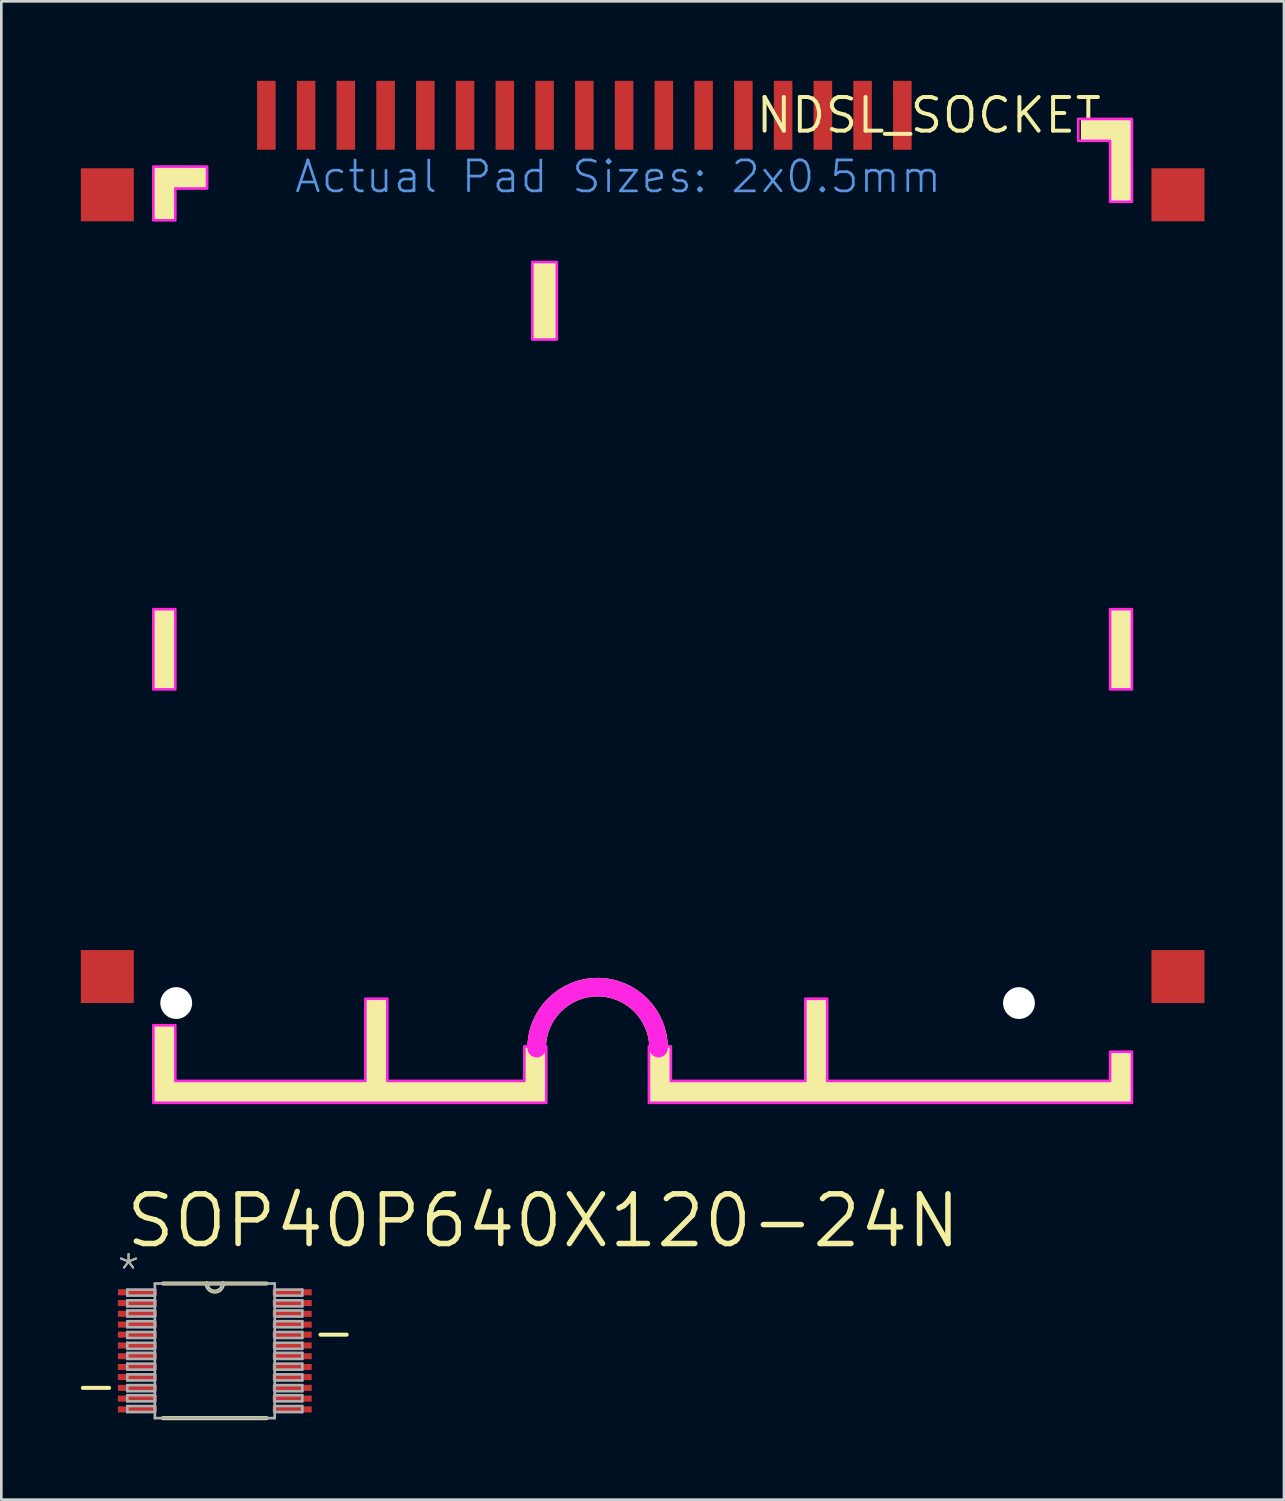
<source format=kicad_pcb>
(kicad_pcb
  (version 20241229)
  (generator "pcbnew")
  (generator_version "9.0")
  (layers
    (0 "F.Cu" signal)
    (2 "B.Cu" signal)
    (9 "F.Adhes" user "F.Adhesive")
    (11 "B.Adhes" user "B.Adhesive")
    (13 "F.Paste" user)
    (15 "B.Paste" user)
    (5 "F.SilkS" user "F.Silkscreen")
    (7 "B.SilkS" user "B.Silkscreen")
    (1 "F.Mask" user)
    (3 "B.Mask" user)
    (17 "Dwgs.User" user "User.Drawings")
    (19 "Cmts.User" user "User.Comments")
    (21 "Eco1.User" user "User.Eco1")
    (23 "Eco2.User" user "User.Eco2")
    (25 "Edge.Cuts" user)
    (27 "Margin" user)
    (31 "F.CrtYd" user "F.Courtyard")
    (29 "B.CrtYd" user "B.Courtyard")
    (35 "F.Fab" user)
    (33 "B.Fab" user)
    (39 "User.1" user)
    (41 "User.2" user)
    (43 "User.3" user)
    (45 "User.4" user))
  (footprint "NDSL_SOCKET"
    (layer "F.Cu")
    (at 32 1.3)
    (property "Reference" "NDSL_SOCKET" (at 0 0 0) (layer "F.SilkS") (effects (font (size 1.27 1.27) (thickness 0.15))))
    (fp_arc (start -14.8 35.2) (mid -12.5 32.9) (end -10.2 35.2) (stroke (width 0.7) (type solid)) (layer "F.SilkS"))
    (fp_poly (pts (xy -28.436 21.663) (xy -29.264 21.663) (xy -29.264 18.637) (xy -28.436 18.637)) (stroke (width 0) (type default)) (fill yes) (layer "F.SilkS"))
    (fp_poly (pts (xy -28.436 37.264) (xy -29.264 37.264) (xy -29.264 34.337) (xy -28.436 34.337)) (stroke (width 0) (type default)) (fill yes) (layer "F.SilkS"))
    (fp_poly (pts (xy -20.436 36.563) (xy -21.264 36.563) (xy -21.264 33.337) (xy -20.436 33.337)) (stroke (width 0) (type default)) (fill yes) (layer "F.SilkS"))
    (fp_poly (pts (xy -14.437 36.563) (xy -15.264 36.563) (xy -15.264 35.136) (xy -14.437 35.136)) (stroke (width 0) (type default)) (fill yes) (layer "F.SilkS"))
    (fp_poly (pts (xy -14.437 37.264) (xy -28.564 37.264) (xy -28.564 36.437) (xy -14.437 36.437)) (stroke (width 0) (type default)) (fill yes) (layer "F.SilkS"))
    (fp_poly (pts (xy -14.037 8.463) (xy -14.963 8.463) (xy -14.963 5.537) (xy -14.037 5.537)) (stroke (width 0) (type default)) (fill yes) (layer "F.SilkS"))
    (fp_poly (pts (xy -9.736 36.563) (xy -10.563 36.563) (xy -10.563 35.136) (xy -9.736 35.136)) (stroke (width 0) (type default)) (fill yes) (layer "F.SilkS"))
    (fp_poly (pts (xy -3.837 36.563) (xy -4.663 36.563) (xy -4.663 33.337) (xy -3.837 33.337)) (stroke (width 0) (type default)) (fill yes) (layer "F.SilkS"))
    (fp_poly (pts (xy 7.663 21.663) (xy 6.837 21.663) (xy 6.837 18.637) (xy 7.663 18.637)) (stroke (width 0) (type default)) (fill yes) (layer "F.SilkS"))
    (fp_poly (pts (xy -27.236 2.764) (xy -28.436 2.764) (xy -28.436 3.963) (xy -29.264 3.963) (xy -29.264 1.937) (xy -27.236 1.937)) (stroke (width 0) (type default)) (fill yes) (layer "F.SilkS"))
    (fp_poly (pts (xy 7.663 3.264) (xy 6.837 3.264) (xy 6.837 0.964) (xy 5.737 0.964) (xy 5.737 0.137) (xy 7.663 0.137)) (stroke (width 0) (type default)) (fill yes) (layer "F.SilkS"))
    (fp_poly (pts (xy 7.663 37.264) (xy -10.563 37.264) (xy -10.563 36.437) (xy 6.837 36.437) (xy 6.837 35.337) (xy 7.663 35.337)) (stroke (width 0) (type default)) (fill yes) (layer "F.SilkS"))
    (fp_arc (start -14.8 35.2) (mid -12.5 32.9) (end -10.2 35.2) (stroke (width 0.7) (type solid)) (layer "F.CrtYd"))
    (fp_poly (pts (xy -28.436 21.663) (xy -29.264 21.663) (xy -29.264 18.637) (xy -28.436 18.637)) (stroke (width 0.1) (type default)) (fill no) (layer "F.CrtYd"))
    (fp_poly (pts (xy -14.037 8.463) (xy -14.963 8.463) (xy -14.963 5.537) (xy -14.037 5.537)) (stroke (width 0.1) (type default)) (fill no) (layer "F.CrtYd"))
    (fp_poly (pts (xy 7.663 21.663) (xy 6.837 21.663) (xy 6.837 18.637) (xy 7.663 18.637)) (stroke (width 0.1) (type default)) (fill no) (layer "F.CrtYd"))
    (fp_poly (pts (xy -27.236 2.764) (xy -28.436 2.764) (xy -28.436 3.963) (xy -29.264 3.963) (xy -29.264 1.937) (xy -27.236 1.937)) (stroke (width 0.1) (type default)) (fill no) (layer "F.CrtYd"))
    (fp_poly (pts (xy 7.663 3.264) (xy 6.837 3.264) (xy 6.837 0.964) (xy 5.636 0.964) (xy 5.636 0.137) (xy 7.663 0.137)) (stroke (width 0.1) (type default)) (fill no) (layer "F.CrtYd"))
    (fp_poly (pts (xy -20.436 36.437) (xy -15.264 36.437) (xy -15.264 35.136) (xy -14.437 35.136) (xy -14.437 37.264) (xy -29.264 37.264) (xy -29.264 34.337) (xy -28.436 34.337) (xy -28.436 36.437) (xy -21.264 36.437) (xy -21.264 33.337) (xy -20.436 33.337)) (stroke (width 0.1) (type default)) (fill no) (layer "F.CrtYd"))
    (fp_poly (pts (xy -3.837 36.437) (xy 6.837 36.437) (xy 6.837 35.337) (xy 7.663 35.337) (xy 7.663 37.264) (xy -10.563 37.264) (xy -10.563 35.136) (xy -9.736 35.136) (xy -9.736 36.437) (xy -4.663 36.437) (xy -4.663 33.337) (xy -3.837 33.337)) (stroke (width 0.1) (type default)) (fill no) (layer "F.CrtYd"))
    (fp_text user "Actual Pad Sizes: 2x0.5mm" (at -24 3 0) (layer "Cmts.User") (effects (font (size 1.168 1.168) (thickness 0.102)) (justify left bottom)))
    (pad "" np_thru_hole circle (at -28.4 33.5) (size 1.2 1.2) (drill 1.2) (layers "*.Cu" "*.Mask"))
    (pad "" np_thru_hole circle (at 3.4 33.5) (size 1.2 1.2) (drill 1.2) (layers "*.Cu" "*.Mask"))
    (pad "CLK" smd rect (at -23.5 0 90) (size 2.6 0.7) (layers "F.Cu" "F.Mask" "F.Paste"))
    (pad "D0" smd rect (at -13 0 90) (size 2.6 0.7) (layers "F.Cu" "F.Mask" "F.Paste"))
    (pad "D1" smd rect (at -11.5 0 90) (size 2.6 0.7) (layers "F.Cu" "F.Mask" "F.Paste"))
    (pad "D2" smd rect (at -10 0 90) (size 2.6 0.7) (layers "F.Cu" "F.Mask" "F.Paste"))
    (pad "D3" smd rect (at -8.5 0 90) (size 2.6 0.7) (layers "F.Cu" "F.Mask" "F.Paste"))
    (pad "D4" smd rect (at -7 0 90) (size 2.6 0.7) (layers "F.Cu" "F.Mask" "F.Paste"))
    (pad "D5" smd rect (at -5.5 0 90) (size 2.6 0.7) (layers "F.Cu" "F.Mask" "F.Paste"))
    (pad "D6" smd rect (at -4 0 90) (size 2.6 0.7) (layers "F.Cu" "F.Mask" "F.Paste"))
    (pad "D7" smd rect (at -2.5 0 90) (size 2.6 0.7) (layers "F.Cu" "F.Mask" "F.Paste"))
    (pad "GND0" smd rect (at -25 0 90) (size 2.6 0.7) (layers "F.Cu" "F.Mask" "F.Paste"))
    (pad "GND1" smd rect (at -1 0 90) (size 2.6 0.7) (layers "F.Cu" "F.Mask" "F.Paste"))
    (pad "IRQ" smd rect (at -16 0 90) (size 2.6 0.7) (layers "F.Cu" "F.Mask" "F.Paste"))
    (pad "NC" smd rect (at -22 0 90) (size 2.6 0.7) (layers "F.Cu" "F.Mask" "F.Paste"))
    (pad "SLD0" smd rect (at -31 3 180) (size 2 2) (layers "F.Cu" "F.Mask" "F.Paste"))
    (pad "SLD1" smd rect (at 9.4 3 180) (size 2 2) (layers "F.Cu" "F.Mask" "F.Paste"))
    (pad "SLD2" smd rect (at -31 32.5 180) (size 2 2) (layers "F.Cu" "F.Mask" "F.Paste"))
    (pad "SLD3" smd rect (at 9.4 32.5 180) (size 2 2) (layers "F.Cu" "F.Mask" "F.Paste"))
    (pad "VCC" smd rect (at -14.5 0 90) (size 2.6 0.7) (layers "F.Cu" "F.Mask" "F.Paste"))
    (pad "~EEPROMCS" smd rect (at -17.5 0 90) (size 2.6 0.7) (layers "F.Cu" "F.Mask" "F.Paste"))
    (pad "~RESET" smd rect (at -19 0 90) (size 2.6 0.7) (layers "F.Cu" "F.Mask" "F.Paste"))
    (pad "~ROMCS" smd rect (at -20.5 0 90) (size 2.6 0.7) (layers "F.Cu" "F.Mask" "F.Paste")))
  (footprint "SOP40P640X120-24N"
    (layer "F.Cu")
    (at 5.055 47.923)
    (property "Reference" "SOP40P640X120-24N" (at -3.454 -3.81 0) (layer "F.SilkS") (effects (font (size 1.875 1.875) (thickness 0.208)) (justify left bottom)))
    (fp_line (start -4.978 1.397) (end -3.988 1.397) (stroke (width 0.152) (type solid)) (layer "F.SilkS"))
    (fp_line (start -1.956 2.54) (end 1.956 2.54) (stroke (width 0.152) (type solid)) (layer "F.SilkS"))
    (fp_line (start -0.305 -2.54) (end -1.956 -2.54) (stroke (width 0.152) (type solid)) (layer "F.SilkS"))
    (fp_line (start 0.305 -2.54) (end -0.305 -2.54) (stroke (width 0.152) (type solid)) (layer "F.SilkS"))
    (fp_line (start 1.956 -2.54) (end 0.305 -2.54) (stroke (width 0.152) (type solid)) (layer "F.SilkS"))
    (fp_line (start 3.988 -0.61) (end 4.978 -0.61) (stroke (width 0.152) (type solid)) (layer "F.SilkS"))
    (fp_arc (start 0.3048 -2.54) (mid 0 -2.2352) (end -0.3048 -2.54) (stroke (width 0.1524) (type solid)) (layer "F.SilkS"))
    (fp_line (start -3.302 -2.311) (end -3.302 -2.083) (stroke (width 0.1) (type solid)) (layer "F.Fab"))
    (fp_line (start -3.302 -2.083) (end -2.261 -2.083) (stroke (width 0.1) (type solid)) (layer "F.Fab"))
    (fp_line (start -3.302 -1.905) (end -3.302 -1.676) (stroke (width 0.1) (type solid)) (layer "F.Fab"))
    (fp_line (start -3.302 -1.676) (end -2.261 -1.676) (stroke (width 0.1) (type solid)) (layer "F.Fab"))
    (fp_line (start -3.302 -1.524) (end -3.302 -1.295) (stroke (width 0.1) (type solid)) (layer "F.Fab"))
    (fp_line (start -3.302 -1.295) (end -2.261 -1.295) (stroke (width 0.1) (type solid)) (layer "F.Fab"))
    (fp_line (start -3.302 -1.118) (end -3.302 -0.889) (stroke (width 0.1) (type solid)) (layer "F.Fab"))
    (fp_line (start -3.302 -0.889) (end -2.261 -0.889) (stroke (width 0.1) (type solid)) (layer "F.Fab"))
    (fp_line (start -3.302 -0.711) (end -3.302 -0.483) (stroke (width 0.1) (type solid)) (layer "F.Fab"))
    (fp_line (start -3.302 -0.483) (end -2.261 -0.483) (stroke (width 0.1) (type solid)) (layer "F.Fab"))
    (fp_line (start -3.302 -0.305) (end -3.302 -0.076) (stroke (width 0.1) (type solid)) (layer "F.Fab"))
    (fp_line (start -3.302 -0.076) (end -2.261 -0.076) (stroke (width 0.1) (type solid)) (layer "F.Fab"))
    (fp_line (start -3.302 0.076) (end -3.302 0.305) (stroke (width 0.1) (type solid)) (layer "F.Fab"))
    (fp_line (start -3.302 0.305) (end -2.261 0.305) (stroke (width 0.1) (type solid)) (layer "F.Fab"))
    (fp_line (start -3.302 0.483) (end -3.302 0.711) (stroke (width 0.1) (type solid)) (layer "F.Fab"))
    (fp_line (start -3.302 0.711) (end -2.261 0.711) (stroke (width 0.1) (type solid)) (layer "F.Fab"))
    (fp_line (start -3.302 0.889) (end -3.302 1.118) (stroke (width 0.1) (type solid)) (layer "F.Fab"))
    (fp_line (start -3.302 1.118) (end -2.261 1.118) (stroke (width 0.1) (type solid)) (layer "F.Fab"))
    (fp_line (start -3.302 1.295) (end -3.302 1.524) (stroke (width 0.1) (type solid)) (layer "F.Fab"))
    (fp_line (start -3.302 1.524) (end -2.261 1.524) (stroke (width 0.1) (type solid)) (layer "F.Fab"))
    (fp_line (start -3.302 1.676) (end -3.302 1.905) (stroke (width 0.1) (type solid)) (layer "F.Fab"))
    (fp_line (start -3.302 1.905) (end -2.261 1.905) (stroke (width 0.1) (type solid)) (layer "F.Fab"))
    (fp_line (start -3.302 2.083) (end -3.302 2.311) (stroke (width 0.1) (type solid)) (layer "F.Fab"))
    (fp_line (start -3.302 2.311) (end -2.261 2.311) (stroke (width 0.1) (type solid)) (layer "F.Fab"))
    (fp_line (start -2.261 -2.54) (end -2.261 2.54) (stroke (width 0.1) (type solid)) (layer "F.Fab"))
    (fp_line (start -2.261 -2.311) (end -3.302 -2.311) (stroke (width 0.1) (type solid)) (layer "F.Fab"))
    (fp_line (start -2.261 -2.083) (end -2.261 -2.311) (stroke (width 0.1) (type solid)) (layer "F.Fab"))
    (fp_line (start -2.261 -1.905) (end -3.302 -1.905) (stroke (width 0.1) (type solid)) (layer "F.Fab"))
    (fp_line (start -2.261 -1.676) (end -2.261 -1.905) (stroke (width 0.1) (type solid)) (layer "F.Fab"))
    (fp_line (start -2.261 -1.524) (end -3.302 -1.524) (stroke (width 0.1) (type solid)) (layer "F.Fab"))
    (fp_line (start -2.261 -1.295) (end -2.261 -1.524) (stroke (width 0.1) (type solid)) (layer "F.Fab"))
    (fp_line (start -2.261 -1.118) (end -3.302 -1.118) (stroke (width 0.1) (type solid)) (layer "F.Fab"))
    (fp_line (start -2.261 -0.889) (end -2.261 -1.118) (stroke (width 0.1) (type solid)) (layer "F.Fab"))
    (fp_line (start -2.261 -0.711) (end -3.302 -0.711) (stroke (width 0.1) (type solid)) (layer "F.Fab"))
    (fp_line (start -2.261 -0.483) (end -2.261 -0.711) (stroke (width 0.1) (type solid)) (layer "F.Fab"))
    (fp_line (start -2.261 -0.305) (end -3.302 -0.305) (stroke (width 0.1) (type solid)) (layer "F.Fab"))
    (fp_line (start -2.261 -0.076) (end -2.261 -0.305) (stroke (width 0.1) (type solid)) (layer "F.Fab"))
    (fp_line (start -2.261 0.076) (end -3.302 0.076) (stroke (width 0.1) (type solid)) (layer "F.Fab"))
    (fp_line (start -2.261 0.305) (end -2.261 0.076) (stroke (width 0.1) (type solid)) (layer "F.Fab"))
    (fp_line (start -2.261 0.483) (end -3.302 0.483) (stroke (width 0.1) (type solid)) (layer "F.Fab"))
    (fp_line (start -2.261 0.711) (end -2.261 0.483) (stroke (width 0.1) (type solid)) (layer "F.Fab"))
    (fp_line (start -2.261 0.889) (end -3.302 0.889) (stroke (width 0.1) (type solid)) (layer "F.Fab"))
    (fp_line (start -2.261 1.118) (end -2.261 0.889) (stroke (width 0.1) (type solid)) (layer "F.Fab"))
    (fp_line (start -2.261 1.295) (end -3.302 1.295) (stroke (width 0.1) (type solid)) (layer "F.Fab"))
    (fp_line (start -2.261 1.524) (end -2.261 1.295) (stroke (width 0.1) (type solid)) (layer "F.Fab"))
    (fp_line (start -2.261 1.676) (end -3.302 1.676) (stroke (width 0.1) (type solid)) (layer "F.Fab"))
    (fp_line (start -2.261 1.905) (end -2.261 1.676) (stroke (width 0.1) (type solid)) (layer "F.Fab"))
    (fp_line (start -2.261 2.083) (end -3.302 2.083) (stroke (width 0.1) (type solid)) (layer "F.Fab"))
    (fp_line (start -2.261 2.311) (end -2.261 2.083) (stroke (width 0.1) (type solid)) (layer "F.Fab"))
    (fp_line (start -2.261 2.54) (end 2.261 2.54) (stroke (width 0.1) (type solid)) (layer "F.Fab"))
    (fp_line (start -0.305 -2.54) (end -2.261 -2.54) (stroke (width 0.1) (type solid)) (layer "F.Fab"))
    (fp_line (start 0.305 -2.54) (end -0.305 -2.54) (stroke (width 0.1) (type solid)) (layer "F.Fab"))
    (fp_line (start 2.261 -2.54) (end 0.305 -2.54) (stroke (width 0.1) (type solid)) (layer "F.Fab"))
    (fp_line (start 2.261 -2.311) (end 2.261 -2.083) (stroke (width 0.1) (type solid)) (layer "F.Fab"))
    (fp_line (start 2.261 -2.083) (end 3.302 -2.083) (stroke (width 0.1) (type solid)) (layer "F.Fab"))
    (fp_line (start 2.261 -1.905) (end 2.261 -1.676) (stroke (width 0.1) (type solid)) (layer "F.Fab"))
    (fp_line (start 2.261 -1.676) (end 3.302 -1.676) (stroke (width 0.1) (type solid)) (layer "F.Fab"))
    (fp_line (start 2.261 -1.524) (end 2.261 -1.295) (stroke (width 0.1) (type solid)) (layer "F.Fab"))
    (fp_line (start 2.261 -1.295) (end 3.302 -1.295) (stroke (width 0.1) (type solid)) (layer "F.Fab"))
    (fp_line (start 2.261 -1.118) (end 2.261 -0.889) (stroke (width 0.1) (type solid)) (layer "F.Fab"))
    (fp_line (start 2.261 -0.889) (end 3.302 -0.889) (stroke (width 0.1) (type solid)) (layer "F.Fab"))
    (fp_line (start 2.261 -0.711) (end 2.261 -0.483) (stroke (width 0.1) (type solid)) (layer "F.Fab"))
    (fp_line (start 2.261 -0.483) (end 3.302 -0.483) (stroke (width 0.1) (type solid)) (layer "F.Fab"))
    (fp_line (start 2.261 -0.305) (end 2.261 -0.076) (stroke (width 0.1) (type solid)) (layer "F.Fab"))
    (fp_line (start 2.261 -0.076) (end 3.302 -0.076) (stroke (width 0.1) (type solid)) (layer "F.Fab"))
    (fp_line (start 2.261 0.076) (end 2.261 0.305) (stroke (width 0.1) (type solid)) (layer "F.Fab"))
    (fp_line (start 2.261 0.305) (end 3.302 0.305) (stroke (width 0.1) (type solid)) (layer "F.Fab"))
    (fp_line (start 2.261 0.483) (end 2.261 0.711) (stroke (width 0.1) (type solid)) (layer "F.Fab"))
    (fp_line (start 2.261 0.711) (end 3.302 0.711) (stroke (width 0.1) (type solid)) (layer "F.Fab"))
    (fp_line (start 2.261 0.889) (end 2.261 1.118) (stroke (width 0.1) (type solid)) (layer "F.Fab"))
    (fp_line (start 2.261 1.118) (end 3.302 1.118) (stroke (width 0.1) (type solid)) (layer "F.Fab"))
    (fp_line (start 2.261 1.295) (end 2.261 1.524) (stroke (width 0.1) (type solid)) (layer "F.Fab"))
    (fp_line (start 2.261 1.524) (end 3.302 1.524) (stroke (width 0.1) (type solid)) (layer "F.Fab"))
    (fp_line (start 2.261 1.676) (end 2.261 1.905) (stroke (width 0.1) (type solid)) (layer "F.Fab"))
    (fp_line (start 2.261 1.905) (end 3.302 1.905) (stroke (width 0.1) (type solid)) (layer "F.Fab"))
    (fp_line (start 2.261 2.083) (end 2.261 2.311) (stroke (width 0.1) (type solid)) (layer "F.Fab"))
    (fp_line (start 2.261 2.311) (end 3.302 2.311) (stroke (width 0.1) (type solid)) (layer "F.Fab"))
    (fp_line (start 2.261 2.54) (end 2.261 -2.54) (stroke (width 0.1) (type solid)) (layer "F.Fab"))
    (fp_line (start 3.302 -2.311) (end 2.261 -2.311) (stroke (width 0.1) (type solid)) (layer "F.Fab"))
    (fp_line (start 3.302 -2.083) (end 3.302 -2.311) (stroke (width 0.1) (type solid)) (layer "F.Fab"))
    (fp_line (start 3.302 -1.905) (end 2.261 -1.905) (stroke (width 0.1) (type solid)) (layer "F.Fab"))
    (fp_line (start 3.302 -1.676) (end 3.302 -1.905) (stroke (width 0.1) (type solid)) (layer "F.Fab"))
    (fp_line (start 3.302 -1.524) (end 2.261 -1.524) (stroke (width 0.1) (type solid)) (layer "F.Fab"))
    (fp_line (start 3.302 -1.295) (end 3.302 -1.524) (stroke (width 0.1) (type solid)) (layer "F.Fab"))
    (fp_line (start 3.302 -1.118) (end 2.261 -1.118) (stroke (width 0.1) (type solid)) (layer "F.Fab"))
    (fp_line (start 3.302 -0.889) (end 3.302 -1.118) (stroke (width 0.1) (type solid)) (layer "F.Fab"))
    (fp_line (start 3.302 -0.711) (end 2.261 -0.711) (stroke (width 0.1) (type solid)) (layer "F.Fab"))
    (fp_line (start 3.302 -0.483) (end 3.302 -0.711) (stroke (width 0.1) (type solid)) (layer "F.Fab"))
    (fp_line (start 3.302 -0.305) (end 2.261 -0.305) (stroke (width 0.1) (type solid)) (layer "F.Fab"))
    (fp_line (start 3.302 -0.076) (end 3.302 -0.305) (stroke (width 0.1) (type solid)) (layer "F.Fab"))
    (fp_line (start 3.302 0.076) (end 2.261 0.076) (stroke (width 0.1) (type solid)) (layer "F.Fab"))
    (fp_line (start 3.302 0.305) (end 3.302 0.076) (stroke (width 0.1) (type solid)) (layer "F.Fab"))
    (fp_line (start 3.302 0.483) (end 2.261 0.483) (stroke (width 0.1) (type solid)) (layer "F.Fab"))
    (fp_line (start 3.302 0.711) (end 3.302 0.483) (stroke (width 0.1) (type solid)) (layer "F.Fab"))
    (fp_line (start 3.302 0.889) (end 2.261 0.889) (stroke (width 0.1) (type solid)) (layer "F.Fab"))
    (fp_line (start 3.302 1.118) (end 3.302 0.889) (stroke (width 0.1) (type solid)) (layer "F.Fab"))
    (fp_line (start 3.302 1.295) (end 2.261 1.295) (stroke (width 0.1) (type solid)) (layer "F.Fab"))
    (fp_line (start 3.302 1.524) (end 3.302 1.295) (stroke (width 0.1) (type solid)) (layer "F.Fab"))
    (fp_line (start 3.302 1.676) (end 2.261 1.676) (stroke (width 0.1) (type solid)) (layer "F.Fab"))
    (fp_line (start 3.302 1.905) (end 3.302 1.676) (stroke (width 0.1) (type solid)) (layer "F.Fab"))
    (fp_line (start 3.302 2.083) (end 2.261 2.083) (stroke (width 0.1) (type solid)) (layer "F.Fab"))
    (fp_line (start 3.302 2.311) (end 3.302 2.083) (stroke (width 0.1) (type solid)) (layer "F.Fab"))
    (fp_arc (start 0.3048 -2.54) (mid 0 -2.2352) (end -0.3048 -2.54) (stroke (width 0.1) (type solid)) (layer "F.Fab"))
    (fp_text user "*" (at -3.759 -2.311 0) (layer "F.SilkS") (effects (font (size 1.194 1.194) (thickness 0.076)) (justify left bottom)))
    (fp_text user "*" (at -3.759 -2.311 0) (layer "F.Fab") (effects (font (size 1.194 1.194) (thickness 0.076)) (justify left bottom)))
    (pad "1" smd rect (at -2.921 -2.21) (size 1.473 0.229) (layers "F.Cu" "F.Mask" "F.Paste"))
    (pad "2" smd rect (at -2.921 -1.803) (size 1.473 0.229) (layers "F.Cu" "F.Mask" "F.Paste"))
    (pad "3" smd rect (at -2.921 -1.397) (size 1.473 0.229) (layers "F.Cu" "F.Mask" "F.Paste"))
    (pad "4" smd rect (at -2.921 -0.991) (size 1.473 0.229) (layers "F.Cu" "F.Mask" "F.Paste"))
    (pad "5" smd rect (at -2.921 -0.61) (size 1.473 0.229) (layers "F.Cu" "F.Mask" "F.Paste"))
    (pad "6" smd rect (at -2.921 -0.203) (size 1.473 0.229) (layers "F.Cu" "F.Mask" "F.Paste"))
    (pad "7" smd rect (at -2.921 0.203) (size 1.473 0.229) (layers "F.Cu" "F.Mask" "F.Paste"))
    (pad "8" smd rect (at -2.921 0.61) (size 1.473 0.229) (layers "F.Cu" "F.Mask" "F.Paste"))
    (pad "9" smd rect (at -2.921 0.991) (size 1.473 0.229) (layers "F.Cu" "F.Mask" "F.Paste"))
    (pad "10" smd rect (at -2.921 1.397) (size 1.473 0.229) (layers "F.Cu" "F.Mask" "F.Paste"))
    (pad "11" smd rect (at -2.921 1.803) (size 1.473 0.229) (layers "F.Cu" "F.Mask" "F.Paste"))
    (pad "12" smd rect (at -2.921 2.21) (size 1.473 0.229) (layers "F.Cu" "F.Mask" "F.Paste"))
    (pad "13" smd rect (at 2.921 2.21) (size 1.473 0.229) (layers "F.Cu" "F.Mask" "F.Paste"))
    (pad "14" smd rect (at 2.921 1.803) (size 1.473 0.229) (layers "F.Cu" "F.Mask" "F.Paste"))
    (pad "15" smd rect (at 2.921 1.397) (size 1.473 0.229) (layers "F.Cu" "F.Mask" "F.Paste"))
    (pad "16" smd rect (at 2.921 0.991) (size 1.473 0.229) (layers "F.Cu" "F.Mask" "F.Paste"))
    (pad "17" smd rect (at 2.921 0.61) (size 1.473 0.229) (layers "F.Cu" "F.Mask" "F.Paste"))
    (pad "18" smd rect (at 2.921 0.203) (size 1.473 0.229) (layers "F.Cu" "F.Mask" "F.Paste"))
    (pad "19" smd rect (at 2.921 -0.203) (size 1.473 0.229) (layers "F.Cu" "F.Mask" "F.Paste"))
    (pad "20" smd rect (at 2.921 -0.61) (size 1.473 0.229) (layers "F.Cu" "F.Mask" "F.Paste"))
    (pad "21" smd rect (at 2.921 -0.991) (size 1.473 0.229) (layers "F.Cu" "F.Mask" "F.Paste"))
    (pad "22" smd rect (at 2.921 -1.397) (size 1.473 0.229) (layers "F.Cu" "F.Mask" "F.Paste"))
    (pad "23" smd rect (at 2.921 -1.803) (size 1.473 0.229) (layers "F.Cu" "F.Mask" "F.Paste"))
    (pad "24" smd rect (at 2.921 -2.21) (size 1.473 0.229) (layers "F.Cu" "F.Mask" "F.Paste")))
  (gr_rect
    (start -3 -3)
    (end 45.4 53.539)
    (stroke (width 0.1) (type default))
    (fill no)
    (layer "Edge.Cuts")))
</source>
